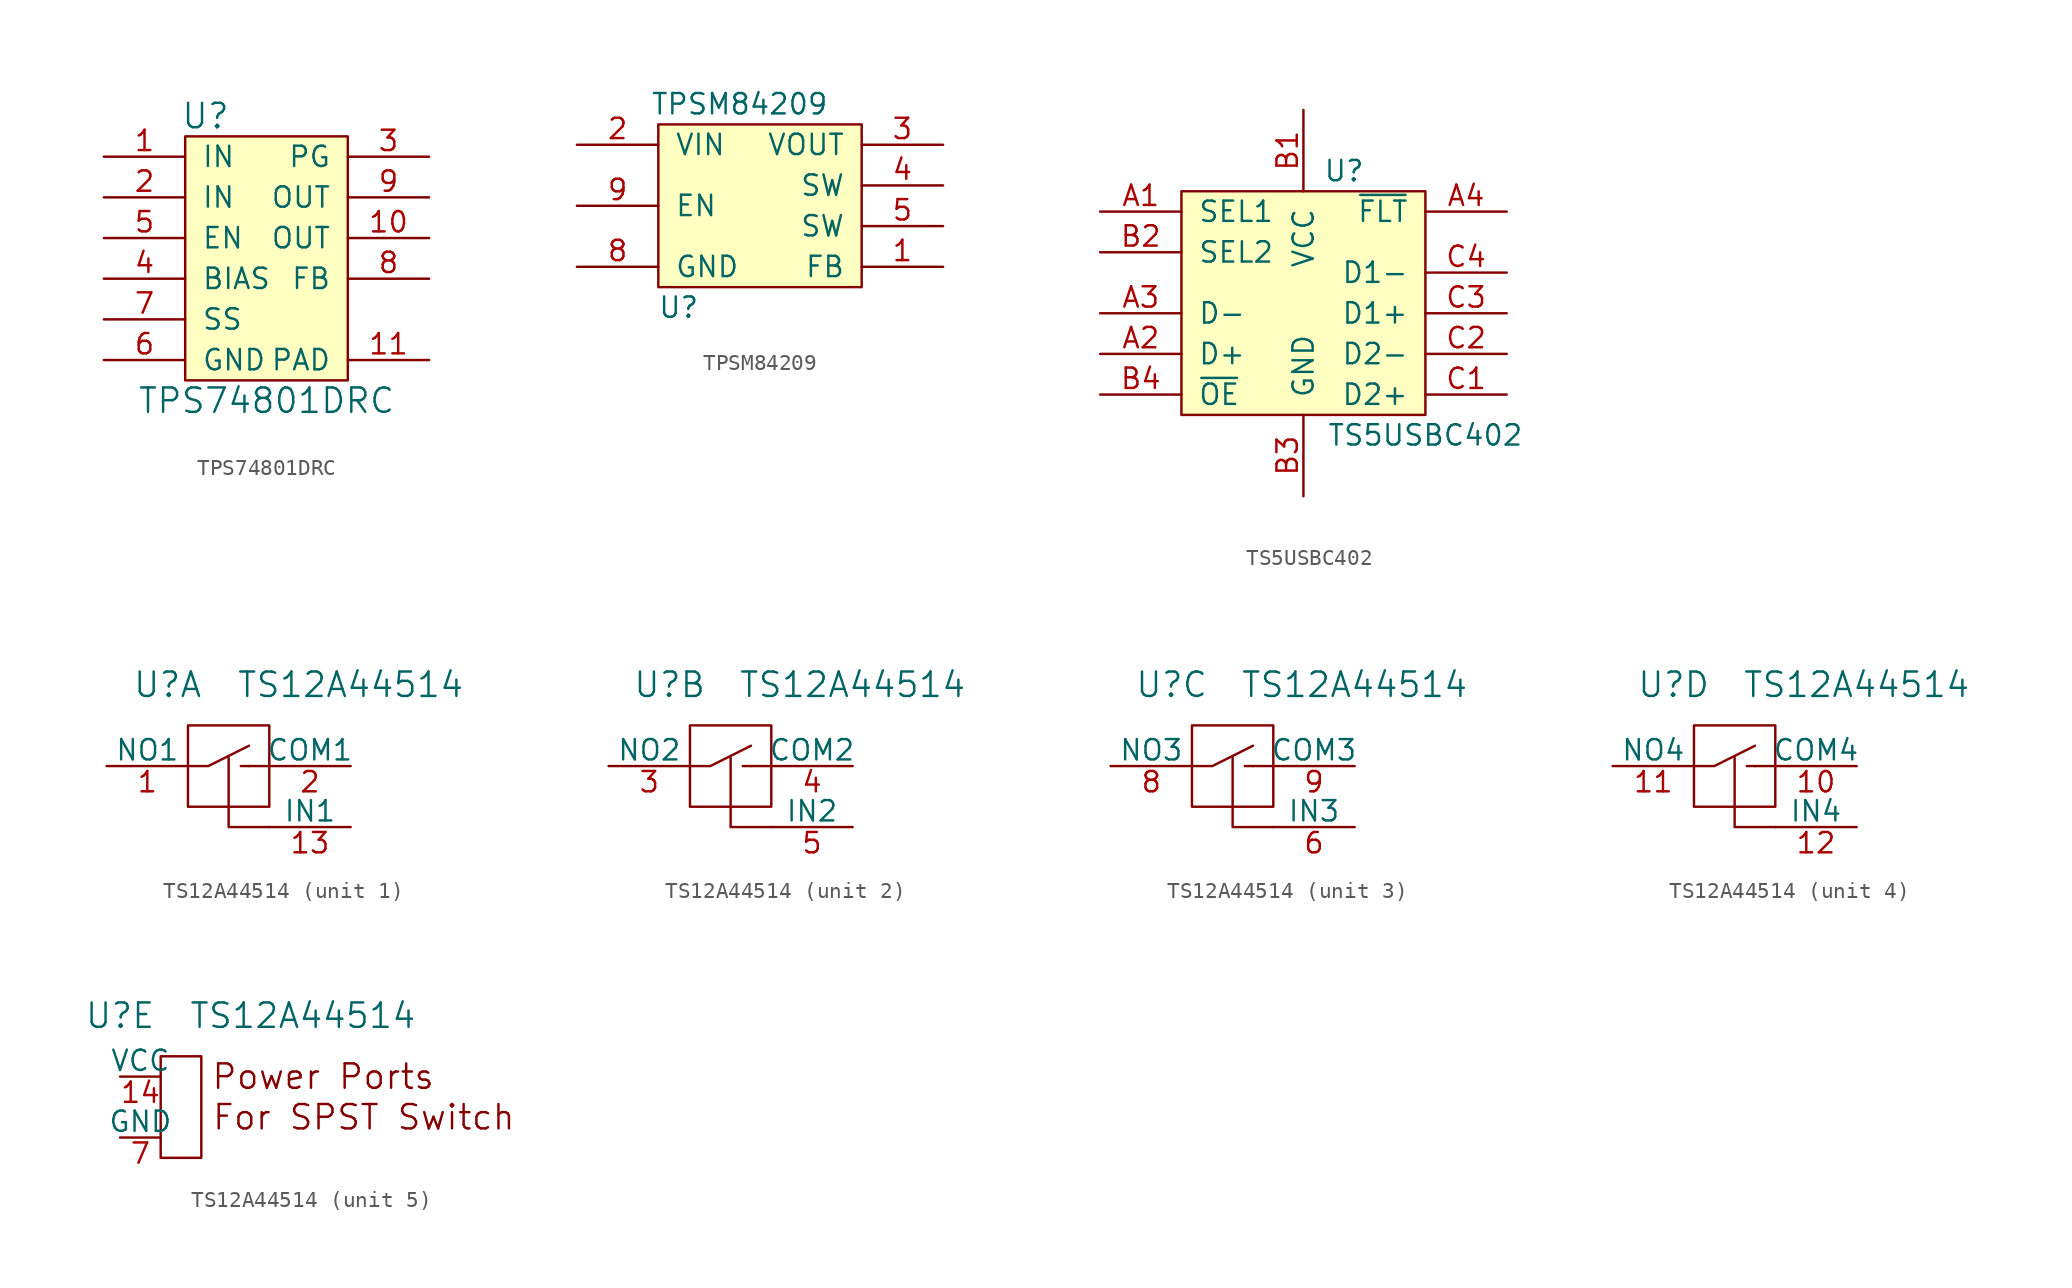
<source format=kicad_sym>
(kicad_symbol_lib
  (version 20241209)
  (generator "kicad_symbol_editor")
  (generator_version "9.0")
  (symbol "TPS74801DRC"
    (pin_names
      (offset 1.016))
    (property "Reference" "U"
      (at -3.81 8.89 0)
      (effects (font (size 1.524 1.524))))
    (property "Value" "TPS74801DRC"
      (at 0 -8.89 0)
      (effects (font (size 1.524 1.524))))
    (symbol "TPS74801DRC_0_1"
      (rectangle (start -5.08 7.62) (end 5.08 -7.62) (stroke (width 0) (type solid)) (fill (type background))))
    (symbol "TPS74801DRC_1_1"
      (pin power_in line (at -10.16 6.35 0) (length 5.08) (name "IN" (effects (font (size 1.27 1.27)))) (number "1" (effects (font (size 1.27 1.27)))))
      (pin power_in line (at -10.16 3.81 0) (length 5.08) (name "IN" (effects (font (size 1.27 1.27)))) (number "2" (effects (font (size 1.27 1.27)))))
      (pin input line (at -10.16 1.27 0) (length 5.08) (name "EN" (effects (font (size 1.27 1.27)))) (number "5" (effects (font (size 1.27 1.27)))))
      (pin input line (at -10.16 -1.27 0) (length 5.08) (name "BIAS" (effects (font (size 1.27 1.27)))) (number "4" (effects (font (size 1.27 1.27)))))
      (pin power_in line (at -10.16 -3.81 0) (length 5.08) (name "SS" (effects (font (size 1.27 1.27)))) (number "7" (effects (font (size 1.27 1.27)))))
      (pin power_in line (at -10.16 -6.35 0) (length 5.08) (name "GND" (effects (font (size 1.27 1.27)))) (number "6" (effects (font (size 1.27 1.27)))))
      (pin output line (at 10.16 6.35 180) (length 5.08) (name "PG" (effects (font (size 1.27 1.27)))) (number "3" (effects (font (size 1.27 1.27)))))
      (pin power_out line (at 10.16 3.81 180) (length 5.08) (name "OUT" (effects (font (size 1.27 1.27)))) (number "9" (effects (font (size 1.27 1.27)))))
      (pin power_out line (at 10.16 1.27 180) (length 5.08) (name "OUT" (effects (font (size 1.27 1.27)))) (number "10" (effects (font (size 1.27 1.27)))))
      (pin input line (at 10.16 -1.27 180) (length 5.08) (name "FB" (effects (font (size 1.27 1.27)))) (number "8" (effects (font (size 1.27 1.27)))))
      (pin power_in line (at 10.16 -6.35 180) (length 5.08) (name "PAD" (effects (font (size 1.27 1.27)))) (number "11" (effects (font (size 1.27 1.27)))))))
  (symbol "TPSM84209"
    (pin_names
      (offset 1.016))
    (property "Reference" "U"
      (at -5.08 -6.35 0)
      (effects (font (size 1.27 1.27))))
    (property "Value" "TPSM84209"
      (at -1.27 6.35 0)
      (effects (font (size 1.27 1.27))))
    (symbol "TPSM84209_0_1"
      (rectangle (start -6.35 5.08) (end 6.35 -5.08) (stroke (width 0) (type solid)) (fill (type background))))
    (symbol "TPSM84209_1_1"
      (pin power_in line (at -11.43 3.81 0) (length 5.08) (name "VIN" (effects (font (size 1.27 1.27)))) (number "2" (effects (font (size 1.27 1.27)))))
      (pin input line (at -11.43 0 0) (length 5.08) (name "EN" (effects (font (size 1.27 1.27)))) (number "9" (effects (font (size 1.27 1.27)))))
      (pin power_in line (at -11.43 -3.81 0) (length 5.08) (name "GND" (effects (font (size 1.27 1.27)))) (number "8" (effects (font (size 1.27 1.27)))))
      (pin no_connect line (at 0 1.27 180) (length 5.08) (hide yes) (name "DNC" (effects (font (size 1.27 1.27)))) (number "6" (effects (font (size 1.27 1.27)))))
      (pin no_connect line (at 0 -1.27 180) (length 5.08) (hide yes) (name "DNC" (effects (font (size 1.27 1.27)))) (number "7" (effects (font (size 1.27 1.27)))))
      (pin power_out line (at 11.43 3.81 180) (length 5.08) (name "VOUT" (effects (font (size 1.27 1.27)))) (number "3" (effects (font (size 1.27 1.27)))))
      (pin passive line (at 11.43 1.27 180) (length 5.08) (name "SW" (effects (font (size 1.27 1.27)))) (number "4" (effects (font (size 1.27 1.27)))))
      (pin passive line (at 11.43 -1.27 180) (length 5.08) (name "SW" (effects (font (size 1.27 1.27)))) (number "5" (effects (font (size 1.27 1.27)))))
      (pin input line (at 11.43 -3.81 180) (length 5.08) (name "FB" (effects (font (size 1.27 1.27)))) (number "1" (effects (font (size 1.27 1.27)))))))
  (symbol "TS5USBC402"
    (pin_names
      (offset 1.016))
    (property "Reference" "U"
      (at 2.54 10.16 0)
      (effects (font (size 1.27 1.27))))
    (property "Value" "TS5USBC402"
      (at 7.62 -6.35 0)
      (effects (font (size 1.27 1.27))))
    (symbol "TS5USBC402_0_1"
      (rectangle (start -7.62 8.89) (end 7.62 -5.08) (stroke (width 0) (type solid)) (fill (type background))))
    (symbol "TS5USBC402_1_1"
      (pin input line (at -12.7 7.62 0) (length 5.08) (name "SEL1" (effects (font (size 1.27 1.27)))) (number "A1" (effects (font (size 1.27 1.27)))))
      (pin input line (at -12.7 5.08 0) (length 5.08) (name "SEL2" (effects (font (size 1.27 1.27)))) (number "B2" (effects (font (size 1.27 1.27)))))
      (pin bidirectional line (at -12.7 1.27 0) (length 5.08) (name "D-" (effects (font (size 1.27 1.27)))) (number "A3" (effects (font (size 1.27 1.27)))))
      (pin bidirectional line (at -12.7 -1.27 0) (length 5.08) (name "D+" (effects (font (size 1.27 1.27)))) (number "A2" (effects (font (size 1.27 1.27)))))
      (pin input line (at -12.7 -3.81 0) (length 5.08) (name "~{OE}" (effects (font (size 1.27 1.27)))) (number "B4" (effects (font (size 1.27 1.27)))))
      (pin power_in line (at 0 13.97 270) (length 5.08) (name "VCC" (effects (font (size 1.27 1.27)))) (number "B1" (effects (font (size 1.27 1.27)))))
      (pin power_in line (at 0 -10.16 90) (length 5.08) (name "GND" (effects (font (size 1.27 1.27)))) (number "B3" (effects (font (size 1.27 1.27)))))
      (pin output line (at 12.7 7.62 180) (length 5.08) (name "~{FLT}" (effects (font (size 1.27 1.27)))) (number "A4" (effects (font (size 1.27 1.27)))))
      (pin bidirectional line (at 12.7 3.81 180) (length 5.08) (name "D1-" (effects (font (size 1.27 1.27)))) (number "C4" (effects (font (size 1.27 1.27)))))
      (pin bidirectional line (at 12.7 1.27 180) (length 5.08) (name "D1+" (effects (font (size 1.27 1.27)))) (number "C3" (effects (font (size 1.27 1.27)))))
      (pin bidirectional line (at 12.7 -1.27 180) (length 5.08) (name "D2-" (effects (font (size 1.27 1.27)))) (number "C2" (effects (font (size 1.27 1.27)))))
      (pin bidirectional line (at 12.7 -3.81 180) (length 5.08) (name "D2+" (effects (font (size 1.27 1.27)))) (number "C1" (effects (font (size 1.27 1.27)))))))
  (symbol "TS12A44514"
    (pin_names
      (offset 0))
    (property "Reference" "U"
      (at -3.81 5.08 0)
      (effects (font (size 1.524 1.524))))
    (property "Value" "TS12A44514"
      (at 7.62 5.08 0)
      (effects (font (size 1.524 1.524))))
    (property "ki_locked" ""
      (at 0 0 0)
      (effects (font (size 1.27 1.27))))
    (symbol "TS12A44514_1_1"
      (rectangle (start -2.54 2.54) (end 2.54 -2.54) (stroke (width 0) (type solid)) (fill (type none)))
      (polyline (pts (xy -2.54 0) (xy -1.27 0) (xy 1.27 1.27)) (stroke (width 0) (type solid)) (fill (type none)))
      (polyline (pts (xy 1.27 0) (xy 0.762 0)) (stroke (width 0) (type solid)) (fill (type none)))
      (polyline (pts (xy 2.54 0) (xy 1.27 0)) (stroke (width 0) (type solid)) (fill (type none)))
      (polyline (pts (xy 2.54 -3.81) (xy 0 -3.81) (xy 0 0.508)) (stroke (width 0) (type solid)) (fill (type none)))
      (pin bidirectional line (at -7.62 0 0) (length 5.08) (name "NO1" (effects (font (size 1.27 1.27)))) (number "1" (effects (font (size 1.27 1.27)))))
      (pin bidirectional line (at 7.62 0 180) (length 5.08) (name "COM1" (effects (font (size 1.27 1.27)))) (number "2" (effects (font (size 1.27 1.27)))))
      (pin input line (at 7.62 -3.81 180) (length 5.08) (name "IN1" (effects (font (size 1.27 1.27)))) (number "13" (effects (font (size 1.27 1.27))))))
    (symbol "TS12A44514_2_1"
      (rectangle (start -2.54 2.54) (end 2.54 -2.54) (stroke (width 0) (type solid)) (fill (type none)))
      (polyline (pts (xy -2.54 0) (xy -1.27 0) (xy 1.27 1.27)) (stroke (width 0) (type solid)) (fill (type none)))
      (polyline (pts (xy 1.27 0) (xy 0.762 0)) (stroke (width 0) (type solid)) (fill (type none)))
      (polyline (pts (xy 2.54 0) (xy 1.27 0)) (stroke (width 0) (type solid)) (fill (type none)))
      (polyline (pts (xy 2.54 -3.81) (xy 0 -3.81) (xy 0 0.508)) (stroke (width 0) (type solid)) (fill (type none)))
      (pin bidirectional line (at -7.62 0 0) (length 5.08) (name "NO2" (effects (font (size 1.27 1.27)))) (number "3" (effects (font (size 1.27 1.27)))))
      (pin bidirectional line (at 7.62 0 180) (length 5.08) (name "COM2" (effects (font (size 1.27 1.27)))) (number "4" (effects (font (size 1.27 1.27)))))
      (pin input line (at 7.62 -3.81 180) (length 5.08) (name "IN2" (effects (font (size 1.27 1.27)))) (number "5" (effects (font (size 1.27 1.27))))))
    (symbol "TS12A44514_3_1"
      (rectangle (start -2.54 2.54) (end 2.54 -2.54) (stroke (width 0) (type solid)) (fill (type none)))
      (polyline (pts (xy -2.54 0) (xy -1.27 0) (xy 1.27 1.27)) (stroke (width 0) (type solid)) (fill (type none)))
      (polyline (pts (xy 1.27 0) (xy 0.762 0)) (stroke (width 0) (type solid)) (fill (type none)))
      (polyline (pts (xy 2.54 0) (xy 1.27 0)) (stroke (width 0) (type solid)) (fill (type none)))
      (polyline (pts (xy 2.54 -3.81) (xy 0 -3.81) (xy 0 0.508)) (stroke (width 0) (type solid)) (fill (type none)))
      (pin bidirectional line (at -7.62 0 0) (length 5.08) (name "NO3" (effects (font (size 1.27 1.27)))) (number "8" (effects (font (size 1.27 1.27)))))
      (pin bidirectional line (at 7.62 0 180) (length 5.08) (name "COM3" (effects (font (size 1.27 1.27)))) (number "9" (effects (font (size 1.27 1.27)))))
      (pin input line (at 7.62 -3.81 180) (length 5.08) (name "IN3" (effects (font (size 1.27 1.27)))) (number "6" (effects (font (size 1.27 1.27))))))
    (symbol "TS12A44514_4_1"
      (rectangle (start -2.54 2.54) (end 2.54 -2.54) (stroke (width 0) (type solid)) (fill (type none)))
      (polyline (pts (xy -2.54 0) (xy -1.27 0) (xy 1.27 1.27)) (stroke (width 0) (type solid)) (fill (type none)))
      (polyline (pts (xy 1.27 0) (xy 0.762 0)) (stroke (width 0) (type solid)) (fill (type none)))
      (polyline (pts (xy 2.54 0) (xy 1.27 0)) (stroke (width 0) (type solid)) (fill (type none)))
      (polyline (pts (xy 2.54 -3.81) (xy 0 -3.81) (xy 0 0.508)) (stroke (width 0) (type solid)) (fill (type none)))
      (pin bidirectional line (at -7.62 0 0) (length 5.08) (name "NO4" (effects (font (size 1.27 1.27)))) (number "11" (effects (font (size 1.27 1.27)))))
      (pin bidirectional line (at 7.62 0 180) (length 5.08) (name "COM4" (effects (font (size 1.27 1.27)))) (number "10" (effects (font (size 1.27 1.27)))))
      (pin input line (at 7.62 -3.81 180) (length 5.08) (name "IN4" (effects (font (size 1.27 1.27)))) (number "12" (effects (font (size 1.27 1.27))))))
    (symbol "TS12A44514_5_0"
      (text "Power Ports" (at 8.89 1.27 0) (effects (font (size 1.524 1.524))))
      (text "For SPST Switch" (at 11.43 -1.27 0) (effects (font (size 1.524 1.524)))))
    (symbol "TS12A44514_5_1"
      (rectangle (start -1.27 2.54) (end 1.27 -3.81) (stroke (width 0) (type solid)) (fill (type none)))
      (pin power_in line (at -3.81 1.27 0) (length 2.54) (name "VCC" (effects (font (size 1.27 1.27)))) (number "14" (effects (font (size 1.27 1.27)))))
      (pin power_in line (at -3.81 -2.54 0) (length 2.54) (name "GND" (effects (font (size 1.27 1.27)))) (number "7" (effects (font (size 1.27 1.27))))))))
</source>
